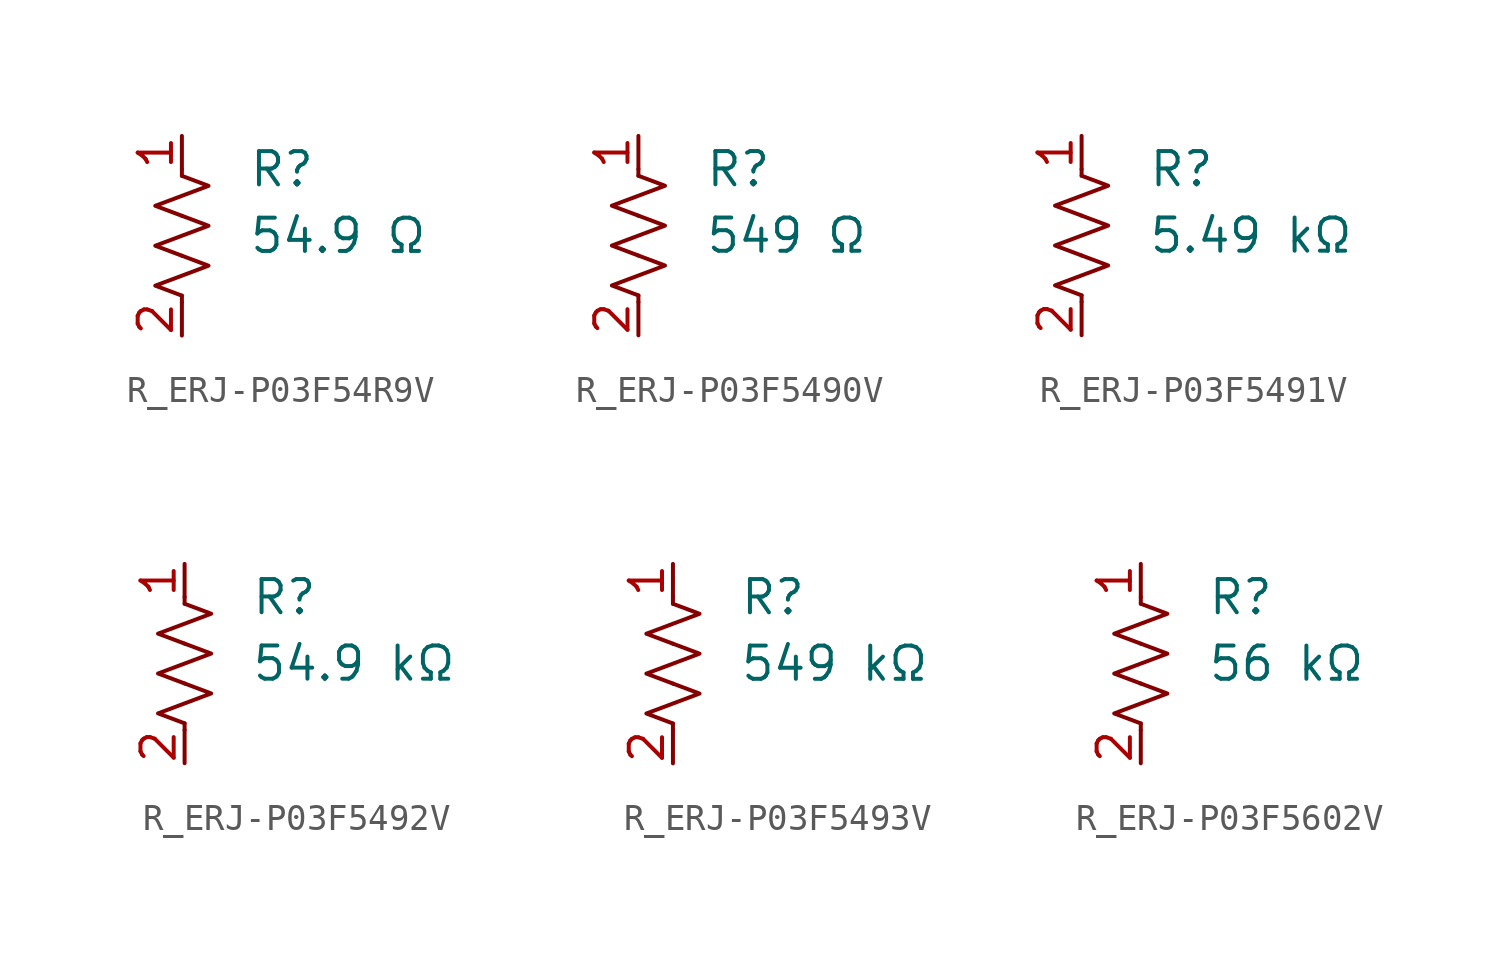
<source format=kicad_sym>
(kicad_symbol_lib
  (version 20231120)
  (generator "kicad_symbol_editor")
  (generator_version "8.0")
  (symbol "R_ERJ-P03F54R9V"
    (pin_names
      (offset 0.254))
    (property "Value" "54.9 Ω"
      (at 2.54 0 0)
      (effects (font (size 1.27 1.27)) (justify left)))
    (property "Reference" "R"
      (at 2.54 2.54 0)
      (effects (font (size 1.27 1.27)) (justify left)))
    (symbol "R_ERJ-P03F54R9V_0_1"
      (polyline (pts (xy 0 -2.286) (xy 0 -2.54)) (stroke (width 0) (type default)) (fill (type none)))
      (polyline (pts (xy 0 2.286) (xy 0 2.54)) (stroke (width 0) (type default)) (fill (type none)))
      (polyline (pts (xy 0 -0.762) (xy 1.016 -1.143) (xy 0 -1.524) (xy -1.016 -1.905) (xy 0 -2.286)) (stroke (width 0) (type default)) (fill (type none)))
      (polyline (pts (xy 0 0.762) (xy 1.016 0.381) (xy 0 0) (xy -1.016 -0.381) (xy 0 -0.762)) (stroke (width 0) (type default)) (fill (type none)))
      (polyline (pts (xy 0 2.286) (xy 1.016 1.905) (xy 0 1.524) (xy -1.016 1.143) (xy 0 0.762)) (stroke (width 0) (type default)) (fill (type none))))
    (symbol "R_ERJ-P03F54R9V_1_1"
      (pin passive line (at 0 3.81 270) (length 1.27) (name "~" (effects (font (size 1.27 1.27)))) (number "1" (effects (font (size 1.27 1.27)))))
      (pin passive line (at 0 -3.81 90) (length 1.27) (name "~" (effects (font (size 1.27 1.27)))) (number "2" (effects (font (size 1.27 1.27)))))))
  (symbol "R_ERJ-P03F5490V"
    (pin_names
      (offset 0.254))
    (property "Value" "549 Ω"
      (at 2.54 0 0)
      (effects (font (size 1.27 1.27)) (justify left)))
    (property "Reference" "R"
      (at 2.54 2.54 0)
      (effects (font (size 1.27 1.27)) (justify left)))
    (symbol "R_ERJ-P03F5490V_0_1"
      (polyline (pts (xy 0 -2.286) (xy 0 -2.54)) (stroke (width 0) (type default)) (fill (type none)))
      (polyline (pts (xy 0 2.286) (xy 0 2.54)) (stroke (width 0) (type default)) (fill (type none)))
      (polyline (pts (xy 0 -0.762) (xy 1.016 -1.143) (xy 0 -1.524) (xy -1.016 -1.905) (xy 0 -2.286)) (stroke (width 0) (type default)) (fill (type none)))
      (polyline (pts (xy 0 0.762) (xy 1.016 0.381) (xy 0 0) (xy -1.016 -0.381) (xy 0 -0.762)) (stroke (width 0) (type default)) (fill (type none)))
      (polyline (pts (xy 0 2.286) (xy 1.016 1.905) (xy 0 1.524) (xy -1.016 1.143) (xy 0 0.762)) (stroke (width 0) (type default)) (fill (type none))))
    (symbol "R_ERJ-P03F5490V_1_1"
      (pin passive line (at 0 3.81 270) (length 1.27) (name "~" (effects (font (size 1.27 1.27)))) (number "1" (effects (font (size 1.27 1.27)))))
      (pin passive line (at 0 -3.81 90) (length 1.27) (name "~" (effects (font (size 1.27 1.27)))) (number "2" (effects (font (size 1.27 1.27)))))))
  (symbol "R_ERJ-P03F5491V"
    (pin_names
      (offset 0.254))
    (property "Value" "5.49 kΩ"
      (at 2.54 0 0)
      (effects (font (size 1.27 1.27)) (justify left)))
    (property "Reference" "R"
      (at 2.54 2.54 0)
      (effects (font (size 1.27 1.27)) (justify left)))
    (symbol "R_ERJ-P03F5491V_0_1"
      (polyline (pts (xy 0 -2.286) (xy 0 -2.54)) (stroke (width 0) (type default)) (fill (type none)))
      (polyline (pts (xy 0 2.286) (xy 0 2.54)) (stroke (width 0) (type default)) (fill (type none)))
      (polyline (pts (xy 0 -0.762) (xy 1.016 -1.143) (xy 0 -1.524) (xy -1.016 -1.905) (xy 0 -2.286)) (stroke (width 0) (type default)) (fill (type none)))
      (polyline (pts (xy 0 0.762) (xy 1.016 0.381) (xy 0 0) (xy -1.016 -0.381) (xy 0 -0.762)) (stroke (width 0) (type default)) (fill (type none)))
      (polyline (pts (xy 0 2.286) (xy 1.016 1.905) (xy 0 1.524) (xy -1.016 1.143) (xy 0 0.762)) (stroke (width 0) (type default)) (fill (type none))))
    (symbol "R_ERJ-P03F5491V_1_1"
      (pin passive line (at 0 3.81 270) (length 1.27) (name "~" (effects (font (size 1.27 1.27)))) (number "1" (effects (font (size 1.27 1.27)))))
      (pin passive line (at 0 -3.81 90) (length 1.27) (name "~" (effects (font (size 1.27 1.27)))) (number "2" (effects (font (size 1.27 1.27)))))))
  (symbol "R_ERJ-P03F5492V"
    (pin_names
      (offset 0.254))
    (property "Value" "54.9 kΩ"
      (at 2.54 0 0)
      (effects (font (size 1.27 1.27)) (justify left)))
    (property "Reference" "R"
      (at 2.54 2.54 0)
      (effects (font (size 1.27 1.27)) (justify left)))
    (symbol "R_ERJ-P03F5492V_0_1"
      (polyline (pts (xy 0 -2.286) (xy 0 -2.54)) (stroke (width 0) (type default)) (fill (type none)))
      (polyline (pts (xy 0 2.286) (xy 0 2.54)) (stroke (width 0) (type default)) (fill (type none)))
      (polyline (pts (xy 0 -0.762) (xy 1.016 -1.143) (xy 0 -1.524) (xy -1.016 -1.905) (xy 0 -2.286)) (stroke (width 0) (type default)) (fill (type none)))
      (polyline (pts (xy 0 0.762) (xy 1.016 0.381) (xy 0 0) (xy -1.016 -0.381) (xy 0 -0.762)) (stroke (width 0) (type default)) (fill (type none)))
      (polyline (pts (xy 0 2.286) (xy 1.016 1.905) (xy 0 1.524) (xy -1.016 1.143) (xy 0 0.762)) (stroke (width 0) (type default)) (fill (type none))))
    (symbol "R_ERJ-P03F5492V_1_1"
      (pin passive line (at 0 3.81 270) (length 1.27) (name "~" (effects (font (size 1.27 1.27)))) (number "1" (effects (font (size 1.27 1.27)))))
      (pin passive line (at 0 -3.81 90) (length 1.27) (name "~" (effects (font (size 1.27 1.27)))) (number "2" (effects (font (size 1.27 1.27)))))))
  (symbol "R_ERJ-P03F5493V"
    (pin_names
      (offset 0.254))
    (property "Value" "549 kΩ"
      (at 2.54 0 0)
      (effects (font (size 1.27 1.27)) (justify left)))
    (property "Reference" "R"
      (at 2.54 2.54 0)
      (effects (font (size 1.27 1.27)) (justify left)))
    (symbol "R_ERJ-P03F5493V_0_1"
      (polyline (pts (xy 0 -2.286) (xy 0 -2.54)) (stroke (width 0) (type default)) (fill (type none)))
      (polyline (pts (xy 0 2.286) (xy 0 2.54)) (stroke (width 0) (type default)) (fill (type none)))
      (polyline (pts (xy 0 -0.762) (xy 1.016 -1.143) (xy 0 -1.524) (xy -1.016 -1.905) (xy 0 -2.286)) (stroke (width 0) (type default)) (fill (type none)))
      (polyline (pts (xy 0 0.762) (xy 1.016 0.381) (xy 0 0) (xy -1.016 -0.381) (xy 0 -0.762)) (stroke (width 0) (type default)) (fill (type none)))
      (polyline (pts (xy 0 2.286) (xy 1.016 1.905) (xy 0 1.524) (xy -1.016 1.143) (xy 0 0.762)) (stroke (width 0) (type default)) (fill (type none))))
    (symbol "R_ERJ-P03F5493V_1_1"
      (pin passive line (at 0 3.81 270) (length 1.27) (name "~" (effects (font (size 1.27 1.27)))) (number "1" (effects (font (size 1.27 1.27)))))
      (pin passive line (at 0 -3.81 90) (length 1.27) (name "~" (effects (font (size 1.27 1.27)))) (number "2" (effects (font (size 1.27 1.27)))))))
  (symbol "R_ERJ-P03F5602V"
    (pin_names
      (offset 0.254))
    (property "Value" "56 kΩ"
      (at 2.54 0 0)
      (effects (font (size 1.27 1.27)) (justify left)))
    (property "Reference" "R"
      (at 2.54 2.54 0)
      (effects (font (size 1.27 1.27)) (justify left)))
    (symbol "R_ERJ-P03F5602V_0_1"
      (polyline (pts (xy 0 -2.286) (xy 0 -2.54)) (stroke (width 0) (type default)) (fill (type none)))
      (polyline (pts (xy 0 2.286) (xy 0 2.54)) (stroke (width 0) (type default)) (fill (type none)))
      (polyline (pts (xy 0 -0.762) (xy 1.016 -1.143) (xy 0 -1.524) (xy -1.016 -1.905) (xy 0 -2.286)) (stroke (width 0) (type default)) (fill (type none)))
      (polyline (pts (xy 0 0.762) (xy 1.016 0.381) (xy 0 0) (xy -1.016 -0.381) (xy 0 -0.762)) (stroke (width 0) (type default)) (fill (type none)))
      (polyline (pts (xy 0 2.286) (xy 1.016 1.905) (xy 0 1.524) (xy -1.016 1.143) (xy 0 0.762)) (stroke (width 0) (type default)) (fill (type none))))
    (symbol "R_ERJ-P03F5602V_1_1"
      (pin passive line (at 0 3.81 270) (length 1.27) (name "~" (effects (font (size 1.27 1.27)))) (number "1" (effects (font (size 1.27 1.27)))))
      (pin passive line (at 0 -3.81 90) (length 1.27) (name "~" (effects (font (size 1.27 1.27)))) (number "2" (effects (font (size 1.27 1.27))))))))
</source>
